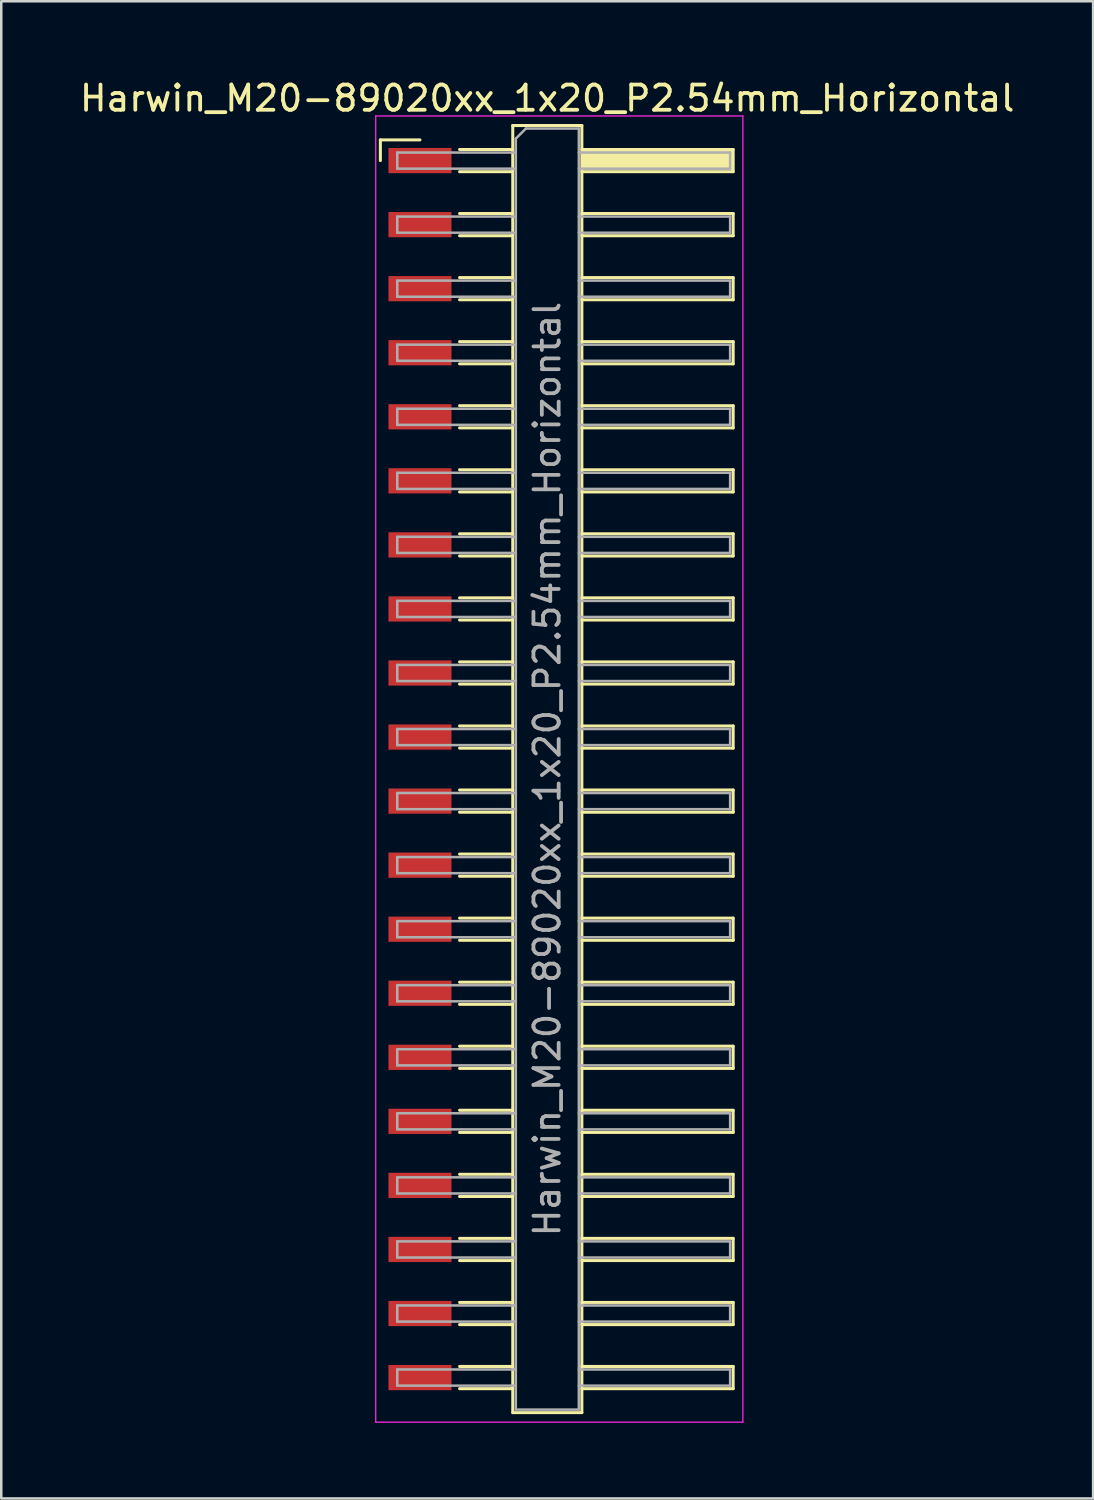
<source format=kicad_pcb>
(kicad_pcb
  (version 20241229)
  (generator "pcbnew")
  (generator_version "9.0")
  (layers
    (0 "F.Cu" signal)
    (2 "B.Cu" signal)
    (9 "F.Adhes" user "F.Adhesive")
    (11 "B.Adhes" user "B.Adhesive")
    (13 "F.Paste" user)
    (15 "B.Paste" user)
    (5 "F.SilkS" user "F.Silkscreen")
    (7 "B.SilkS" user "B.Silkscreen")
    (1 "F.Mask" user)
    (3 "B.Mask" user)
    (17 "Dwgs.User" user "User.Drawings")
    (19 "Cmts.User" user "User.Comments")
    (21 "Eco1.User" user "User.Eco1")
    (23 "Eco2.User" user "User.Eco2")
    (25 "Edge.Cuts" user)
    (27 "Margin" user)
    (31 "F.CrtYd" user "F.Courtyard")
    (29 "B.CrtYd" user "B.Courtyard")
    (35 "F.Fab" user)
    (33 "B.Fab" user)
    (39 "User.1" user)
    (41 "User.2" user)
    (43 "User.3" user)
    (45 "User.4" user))
  (footprint "Harwin_M20-89020xx_1x20_P2.54mm_Horizontal"
    (layer "F.Cu")
    (at 19.129 27.448)
    (property "Reference" "Harwin_M20-89020xx_1x20_P2.54mm_Horizontal" (at -0.48 -26.6 0) (layer "F.SilkS") (effects (font (size 1 1) (thickness 0.15))))
    (attr smd)
    (fp_line (start -7.095 -24.95) (end -5.525 -24.95) (stroke (width 0.12) (type solid)) (layer "F.SilkS"))
    (fp_line (start -7.095 -24.13) (end -7.095 -24.95) (stroke (width 0.12) (type solid)) (layer "F.SilkS"))
    (fp_line (start -3.955 -24.57) (end -1.845 -24.57) (stroke (width 0.12) (type solid)) (layer "F.SilkS"))
    (fp_line (start -3.955 -23.69) (end -1.845 -23.69) (stroke (width 0.12) (type solid)) (layer "F.SilkS"))
    (fp_line (start -3.955 -22.03) (end -1.845 -22.03) (stroke (width 0.12) (type solid)) (layer "F.SilkS"))
    (fp_line (start -3.955 -21.15) (end -1.845 -21.15) (stroke (width 0.12) (type solid)) (layer "F.SilkS"))
    (fp_line (start -3.955 -19.49) (end -1.845 -19.49) (stroke (width 0.12) (type solid)) (layer "F.SilkS"))
    (fp_line (start -3.955 -18.61) (end -1.845 -18.61) (stroke (width 0.12) (type solid)) (layer "F.SilkS"))
    (fp_line (start -3.955 -16.95) (end -1.845 -16.95) (stroke (width 0.12) (type solid)) (layer "F.SilkS"))
    (fp_line (start -3.955 -16.07) (end -1.845 -16.07) (stroke (width 0.12) (type solid)) (layer "F.SilkS"))
    (fp_line (start -3.955 -14.41) (end -1.845 -14.41) (stroke (width 0.12) (type solid)) (layer "F.SilkS"))
    (fp_line (start -3.955 -13.53) (end -1.845 -13.53) (stroke (width 0.12) (type solid)) (layer "F.SilkS"))
    (fp_line (start -3.955 -11.87) (end -1.845 -11.87) (stroke (width 0.12) (type solid)) (layer "F.SilkS"))
    (fp_line (start -3.955 -10.99) (end -1.845 -10.99) (stroke (width 0.12) (type solid)) (layer "F.SilkS"))
    (fp_line (start -3.955 -9.33) (end -1.845 -9.33) (stroke (width 0.12) (type solid)) (layer "F.SilkS"))
    (fp_line (start -3.955 -8.45) (end -1.845 -8.45) (stroke (width 0.12) (type solid)) (layer "F.SilkS"))
    (fp_line (start -3.955 -6.79) (end -1.845 -6.79) (stroke (width 0.12) (type solid)) (layer "F.SilkS"))
    (fp_line (start -3.955 -5.91) (end -1.845 -5.91) (stroke (width 0.12) (type solid)) (layer "F.SilkS"))
    (fp_line (start -3.955 -4.25) (end -1.845 -4.25) (stroke (width 0.12) (type solid)) (layer "F.SilkS"))
    (fp_line (start -3.955 -3.37) (end -1.845 -3.37) (stroke (width 0.12) (type solid)) (layer "F.SilkS"))
    (fp_line (start -3.955 -1.71) (end -1.845 -1.71) (stroke (width 0.12) (type solid)) (layer "F.SilkS"))
    (fp_line (start -3.955 -0.83) (end -1.845 -0.83) (stroke (width 0.12) (type solid)) (layer "F.SilkS"))
    (fp_line (start -3.955 0.83) (end -1.845 0.83) (stroke (width 0.12) (type solid)) (layer "F.SilkS"))
    (fp_line (start -3.955 1.71) (end -1.845 1.71) (stroke (width 0.12) (type solid)) (layer "F.SilkS"))
    (fp_line (start -3.955 3.37) (end -1.845 3.37) (stroke (width 0.12) (type solid)) (layer "F.SilkS"))
    (fp_line (start -3.955 4.25) (end -1.845 4.25) (stroke (width 0.12) (type solid)) (layer "F.SilkS"))
    (fp_line (start -3.955 5.91) (end -1.845 5.91) (stroke (width 0.12) (type solid)) (layer "F.SilkS"))
    (fp_line (start -3.955 6.79) (end -1.845 6.79) (stroke (width 0.12) (type solid)) (layer "F.SilkS"))
    (fp_line (start -3.955 8.45) (end -1.845 8.45) (stroke (width 0.12) (type solid)) (layer "F.SilkS"))
    (fp_line (start -3.955 9.33) (end -1.845 9.33) (stroke (width 0.12) (type solid)) (layer "F.SilkS"))
    (fp_line (start -3.955 10.99) (end -1.845 10.99) (stroke (width 0.12) (type solid)) (layer "F.SilkS"))
    (fp_line (start -3.955 11.87) (end -1.845 11.87) (stroke (width 0.12) (type solid)) (layer "F.SilkS"))
    (fp_line (start -3.955 13.53) (end -1.845 13.53) (stroke (width 0.12) (type solid)) (layer "F.SilkS"))
    (fp_line (start -3.955 14.41) (end -1.845 14.41) (stroke (width 0.12) (type solid)) (layer "F.SilkS"))
    (fp_line (start -3.955 16.07) (end -1.845 16.07) (stroke (width 0.12) (type solid)) (layer "F.SilkS"))
    (fp_line (start -3.955 16.95) (end -1.845 16.95) (stroke (width 0.12) (type solid)) (layer "F.SilkS"))
    (fp_line (start -3.955 18.61) (end -1.845 18.61) (stroke (width 0.12) (type solid)) (layer "F.SilkS"))
    (fp_line (start -3.955 19.49) (end -1.845 19.49) (stroke (width 0.12) (type solid)) (layer "F.SilkS"))
    (fp_line (start -3.955 21.15) (end -1.845 21.15) (stroke (width 0.12) (type solid)) (layer "F.SilkS"))
    (fp_line (start -3.955 22.03) (end -1.845 22.03) (stroke (width 0.12) (type solid)) (layer "F.SilkS"))
    (fp_line (start -3.955 23.69) (end -1.845 23.69) (stroke (width 0.12) (type solid)) (layer "F.SilkS"))
    (fp_line (start -3.955 24.57) (end -1.845 24.57) (stroke (width 0.12) (type solid)) (layer "F.SilkS"))
    (fp_line (start -1.845 -25.52) (end 0.895 -25.52) (stroke (width 0.12) (type solid)) (layer "F.SilkS"))
    (fp_line (start -1.845 25.52) (end -1.845 -25.52) (stroke (width 0.12) (type solid)) (layer "F.SilkS"))
    (fp_line (start 0.895 -25.52) (end 0.895 25.52) (stroke (width 0.12) (type solid)) (layer "F.SilkS"))
    (fp_line (start 0.895 -24.57) (end 6.895 -24.57) (stroke (width 0.12) (type solid)) (layer "F.SilkS"))
    (fp_line (start 0.895 -22.03) (end 6.895 -22.03) (stroke (width 0.12) (type solid)) (layer "F.SilkS"))
    (fp_line (start 0.895 -19.49) (end 6.895 -19.49) (stroke (width 0.12) (type solid)) (layer "F.SilkS"))
    (fp_line (start 0.895 -16.95) (end 6.895 -16.95) (stroke (width 0.12) (type solid)) (layer "F.SilkS"))
    (fp_line (start 0.895 -14.41) (end 6.895 -14.41) (stroke (width 0.12) (type solid)) (layer "F.SilkS"))
    (fp_line (start 0.895 -11.87) (end 6.895 -11.87) (stroke (width 0.12) (type solid)) (layer "F.SilkS"))
    (fp_line (start 0.895 -9.33) (end 6.895 -9.33) (stroke (width 0.12) (type solid)) (layer "F.SilkS"))
    (fp_line (start 0.895 -6.79) (end 6.895 -6.79) (stroke (width 0.12) (type solid)) (layer "F.SilkS"))
    (fp_line (start 0.895 -4.25) (end 6.895 -4.25) (stroke (width 0.12) (type solid)) (layer "F.SilkS"))
    (fp_line (start 0.895 -1.71) (end 6.895 -1.71) (stroke (width 0.12) (type solid)) (layer "F.SilkS"))
    (fp_line (start 0.895 0.83) (end 6.895 0.83) (stroke (width 0.12) (type solid)) (layer "F.SilkS"))
    (fp_line (start 0.895 3.37) (end 6.895 3.37) (stroke (width 0.12) (type solid)) (layer "F.SilkS"))
    (fp_line (start 0.895 5.91) (end 6.895 5.91) (stroke (width 0.12) (type solid)) (layer "F.SilkS"))
    (fp_line (start 0.895 8.45) (end 6.895 8.45) (stroke (width 0.12) (type solid)) (layer "F.SilkS"))
    (fp_line (start 0.895 10.99) (end 6.895 10.99) (stroke (width 0.12) (type solid)) (layer "F.SilkS"))
    (fp_line (start 0.895 13.53) (end 6.895 13.53) (stroke (width 0.12) (type solid)) (layer "F.SilkS"))
    (fp_line (start 0.895 16.07) (end 6.895 16.07) (stroke (width 0.12) (type solid)) (layer "F.SilkS"))
    (fp_line (start 0.895 18.61) (end 6.895 18.61) (stroke (width 0.12) (type solid)) (layer "F.SilkS"))
    (fp_line (start 0.895 21.15) (end 6.895 21.15) (stroke (width 0.12) (type solid)) (layer "F.SilkS"))
    (fp_line (start 0.895 23.69) (end 6.895 23.69) (stroke (width 0.12) (type solid)) (layer "F.SilkS"))
    (fp_line (start 0.895 25.52) (end -1.845 25.52) (stroke (width 0.12) (type solid)) (layer "F.SilkS"))
    (fp_line (start 6.895 -24.57) (end 6.895 -23.69) (stroke (width 0.12) (type solid)) (layer "F.SilkS"))
    (fp_line (start 6.895 -23.69) (end 0.895 -23.69) (stroke (width 0.12) (type solid)) (layer "F.SilkS"))
    (fp_line (start 6.895 -22.03) (end 6.895 -21.15) (stroke (width 0.12) (type solid)) (layer "F.SilkS"))
    (fp_line (start 6.895 -21.15) (end 0.895 -21.15) (stroke (width 0.12) (type solid)) (layer "F.SilkS"))
    (fp_line (start 6.895 -19.49) (end 6.895 -18.61) (stroke (width 0.12) (type solid)) (layer "F.SilkS"))
    (fp_line (start 6.895 -18.61) (end 0.895 -18.61) (stroke (width 0.12) (type solid)) (layer "F.SilkS"))
    (fp_line (start 6.895 -16.95) (end 6.895 -16.07) (stroke (width 0.12) (type solid)) (layer "F.SilkS"))
    (fp_line (start 6.895 -16.07) (end 0.895 -16.07) (stroke (width 0.12) (type solid)) (layer "F.SilkS"))
    (fp_line (start 6.895 -14.41) (end 6.895 -13.53) (stroke (width 0.12) (type solid)) (layer "F.SilkS"))
    (fp_line (start 6.895 -13.53) (end 0.895 -13.53) (stroke (width 0.12) (type solid)) (layer "F.SilkS"))
    (fp_line (start 6.895 -11.87) (end 6.895 -10.99) (stroke (width 0.12) (type solid)) (layer "F.SilkS"))
    (fp_line (start 6.895 -10.99) (end 0.895 -10.99) (stroke (width 0.12) (type solid)) (layer "F.SilkS"))
    (fp_line (start 6.895 -9.33) (end 6.895 -8.45) (stroke (width 0.12) (type solid)) (layer "F.SilkS"))
    (fp_line (start 6.895 -8.45) (end 0.895 -8.45) (stroke (width 0.12) (type solid)) (layer "F.SilkS"))
    (fp_line (start 6.895 -6.79) (end 6.895 -5.91) (stroke (width 0.12) (type solid)) (layer "F.SilkS"))
    (fp_line (start 6.895 -5.91) (end 0.895 -5.91) (stroke (width 0.12) (type solid)) (layer "F.SilkS"))
    (fp_line (start 6.895 -4.25) (end 6.895 -3.37) (stroke (width 0.12) (type solid)) (layer "F.SilkS"))
    (fp_line (start 6.895 -3.37) (end 0.895 -3.37) (stroke (width 0.12) (type solid)) (layer "F.SilkS"))
    (fp_line (start 6.895 -1.71) (end 6.895 -0.83) (stroke (width 0.12) (type solid)) (layer "F.SilkS"))
    (fp_line (start 6.895 -0.83) (end 0.895 -0.83) (stroke (width 0.12) (type solid)) (layer "F.SilkS"))
    (fp_line (start 6.895 0.83) (end 6.895 1.71) (stroke (width 0.12) (type solid)) (layer "F.SilkS"))
    (fp_line (start 6.895 1.71) (end 0.895 1.71) (stroke (width 0.12) (type solid)) (layer "F.SilkS"))
    (fp_line (start 6.895 3.37) (end 6.895 4.25) (stroke (width 0.12) (type solid)) (layer "F.SilkS"))
    (fp_line (start 6.895 4.25) (end 0.895 4.25) (stroke (width 0.12) (type solid)) (layer "F.SilkS"))
    (fp_line (start 6.895 5.91) (end 6.895 6.79) (stroke (width 0.12) (type solid)) (layer "F.SilkS"))
    (fp_line (start 6.895 6.79) (end 0.895 6.79) (stroke (width 0.12) (type solid)) (layer "F.SilkS"))
    (fp_line (start 6.895 8.45) (end 6.895 9.33) (stroke (width 0.12) (type solid)) (layer "F.SilkS"))
    (fp_line (start 6.895 9.33) (end 0.895 9.33) (stroke (width 0.12) (type solid)) (layer "F.SilkS"))
    (fp_line (start 6.895 10.99) (end 6.895 11.87) (stroke (width 0.12) (type solid)) (layer "F.SilkS"))
    (fp_line (start 6.895 11.87) (end 0.895 11.87) (stroke (width 0.12) (type solid)) (layer "F.SilkS"))
    (fp_line (start 6.895 13.53) (end 6.895 14.41) (stroke (width 0.12) (type solid)) (layer "F.SilkS"))
    (fp_line (start 6.895 14.41) (end 0.895 14.41) (stroke (width 0.12) (type solid)) (layer "F.SilkS"))
    (fp_line (start 6.895 16.07) (end 6.895 16.95) (stroke (width 0.12) (type solid)) (layer "F.SilkS"))
    (fp_line (start 6.895 16.95) (end 0.895 16.95) (stroke (width 0.12) (type solid)) (layer "F.SilkS"))
    (fp_line (start 6.895 18.61) (end 6.895 19.49) (stroke (width 0.12) (type solid)) (layer "F.SilkS"))
    (fp_line (start 6.895 19.49) (end 0.895 19.49) (stroke (width 0.12) (type solid)) (layer "F.SilkS"))
    (fp_line (start 6.895 21.15) (end 6.895 22.03) (stroke (width 0.12) (type solid)) (layer "F.SilkS"))
    (fp_line (start 6.895 22.03) (end 0.895 22.03) (stroke (width 0.12) (type solid)) (layer "F.SilkS"))
    (fp_line (start 6.895 23.69) (end 6.895 24.57) (stroke (width 0.12) (type solid)) (layer "F.SilkS"))
    (fp_line (start 6.895 24.57) (end 0.895 24.57) (stroke (width 0.12) (type solid)) (layer "F.SilkS"))
    (fp_line (start -7.28 -25.9) (end 7.28 -25.9) (stroke (width 0.05) (type solid)) (layer "F.CrtYd"))
    (fp_line (start -7.28 25.9) (end -7.28 -25.9) (stroke (width 0.05) (type solid)) (layer "F.CrtYd"))
    (fp_line (start 7.28 -25.9) (end 7.28 25.9) (stroke (width 0.05) (type solid)) (layer "F.CrtYd"))
    (fp_line (start 7.28 25.9) (end -7.28 25.9) (stroke (width 0.05) (type solid)) (layer "F.CrtYd"))
    (fp_line (start -6.425 -24.45) (end -6.425 -23.81) (stroke (width 0.1) (type solid)) (layer "F.Fab"))
    (fp_line (start -6.425 -23.81) (end -1.725 -23.81) (stroke (width 0.1) (type solid)) (layer "F.Fab"))
    (fp_line (start -6.425 -21.91) (end -6.425 -21.27) (stroke (width 0.1) (type solid)) (layer "F.Fab"))
    (fp_line (start -6.425 -21.27) (end -1.725 -21.27) (stroke (width 0.1) (type solid)) (layer "F.Fab"))
    (fp_line (start -6.425 -19.37) (end -6.425 -18.73) (stroke (width 0.1) (type solid)) (layer "F.Fab"))
    (fp_line (start -6.425 -18.73) (end -1.725 -18.73) (stroke (width 0.1) (type solid)) (layer "F.Fab"))
    (fp_line (start -6.425 -16.83) (end -6.425 -16.19) (stroke (width 0.1) (type solid)) (layer "F.Fab"))
    (fp_line (start -6.425 -16.19) (end -1.725 -16.19) (stroke (width 0.1) (type solid)) (layer "F.Fab"))
    (fp_line (start -6.425 -14.29) (end -6.425 -13.65) (stroke (width 0.1) (type solid)) (layer "F.Fab"))
    (fp_line (start -6.425 -13.65) (end -1.725 -13.65) (stroke (width 0.1) (type solid)) (layer "F.Fab"))
    (fp_line (start -6.425 -11.75) (end -6.425 -11.11) (stroke (width 0.1) (type solid)) (layer "F.Fab"))
    (fp_line (start -6.425 -11.11) (end -1.725 -11.11) (stroke (width 0.1) (type solid)) (layer "F.Fab"))
    (fp_line (start -6.425 -9.21) (end -6.425 -8.57) (stroke (width 0.1) (type solid)) (layer "F.Fab"))
    (fp_line (start -6.425 -8.57) (end -1.725 -8.57) (stroke (width 0.1) (type solid)) (layer "F.Fab"))
    (fp_line (start -6.425 -6.67) (end -6.425 -6.03) (stroke (width 0.1) (type solid)) (layer "F.Fab"))
    (fp_line (start -6.425 -6.03) (end -1.725 -6.03) (stroke (width 0.1) (type solid)) (layer "F.Fab"))
    (fp_line (start -6.425 -4.13) (end -6.425 -3.49) (stroke (width 0.1) (type solid)) (layer "F.Fab"))
    (fp_line (start -6.425 -3.49) (end -1.725 -3.49) (stroke (width 0.1) (type solid)) (layer "F.Fab"))
    (fp_line (start -6.425 -1.59) (end -6.425 -0.95) (stroke (width 0.1) (type solid)) (layer "F.Fab"))
    (fp_line (start -6.425 -0.95) (end -1.725 -0.95) (stroke (width 0.1) (type solid)) (layer "F.Fab"))
    (fp_line (start -6.425 0.95) (end -6.425 1.59) (stroke (width 0.1) (type solid)) (layer "F.Fab"))
    (fp_line (start -6.425 1.59) (end -1.725 1.59) (stroke (width 0.1) (type solid)) (layer "F.Fab"))
    (fp_line (start -6.425 3.49) (end -6.425 4.13) (stroke (width 0.1) (type solid)) (layer "F.Fab"))
    (fp_line (start -6.425 4.13) (end -1.725 4.13) (stroke (width 0.1) (type solid)) (layer "F.Fab"))
    (fp_line (start -6.425 6.03) (end -6.425 6.67) (stroke (width 0.1) (type solid)) (layer "F.Fab"))
    (fp_line (start -6.425 6.67) (end -1.725 6.67) (stroke (width 0.1) (type solid)) (layer "F.Fab"))
    (fp_line (start -6.425 8.57) (end -6.425 9.21) (stroke (width 0.1) (type solid)) (layer "F.Fab"))
    (fp_line (start -6.425 9.21) (end -1.725 9.21) (stroke (width 0.1) (type solid)) (layer "F.Fab"))
    (fp_line (start -6.425 11.11) (end -6.425 11.75) (stroke (width 0.1) (type solid)) (layer "F.Fab"))
    (fp_line (start -6.425 11.75) (end -1.725 11.75) (stroke (width 0.1) (type solid)) (layer "F.Fab"))
    (fp_line (start -6.425 13.65) (end -6.425 14.29) (stroke (width 0.1) (type solid)) (layer "F.Fab"))
    (fp_line (start -6.425 14.29) (end -1.725 14.29) (stroke (width 0.1) (type solid)) (layer "F.Fab"))
    (fp_line (start -6.425 16.19) (end -6.425 16.83) (stroke (width 0.1) (type solid)) (layer "F.Fab"))
    (fp_line (start -6.425 16.83) (end -1.725 16.83) (stroke (width 0.1) (type solid)) (layer "F.Fab"))
    (fp_line (start -6.425 18.73) (end -6.425 19.37) (stroke (width 0.1) (type solid)) (layer "F.Fab"))
    (fp_line (start -6.425 19.37) (end -1.725 19.37) (stroke (width 0.1) (type solid)) (layer "F.Fab"))
    (fp_line (start -6.425 21.27) (end -6.425 21.91) (stroke (width 0.1) (type solid)) (layer "F.Fab"))
    (fp_line (start -6.425 21.91) (end -1.725 21.91) (stroke (width 0.1) (type solid)) (layer "F.Fab"))
    (fp_line (start -6.425 23.81) (end -6.425 24.45) (stroke (width 0.1) (type solid)) (layer "F.Fab"))
    (fp_line (start -6.425 24.45) (end -1.725 24.45) (stroke (width 0.1) (type solid)) (layer "F.Fab"))
    (fp_line (start -1.725 -25) (end -1.325 -25.4) (stroke (width 0.1) (type solid)) (layer "F.Fab"))
    (fp_line (start -1.725 -24.45) (end -6.425 -24.45) (stroke (width 0.1) (type solid)) (layer "F.Fab"))
    (fp_line (start -1.725 -21.91) (end -6.425 -21.91) (stroke (width 0.1) (type solid)) (layer "F.Fab"))
    (fp_line (start -1.725 -19.37) (end -6.425 -19.37) (stroke (width 0.1) (type solid)) (layer "F.Fab"))
    (fp_line (start -1.725 -16.83) (end -6.425 -16.83) (stroke (width 0.1) (type solid)) (layer "F.Fab"))
    (fp_line (start -1.725 -14.29) (end -6.425 -14.29) (stroke (width 0.1) (type solid)) (layer "F.Fab"))
    (fp_line (start -1.725 -11.75) (end -6.425 -11.75) (stroke (width 0.1) (type solid)) (layer "F.Fab"))
    (fp_line (start -1.725 -9.21) (end -6.425 -9.21) (stroke (width 0.1) (type solid)) (layer "F.Fab"))
    (fp_line (start -1.725 -6.67) (end -6.425 -6.67) (stroke (width 0.1) (type solid)) (layer "F.Fab"))
    (fp_line (start -1.725 -4.13) (end -6.425 -4.13) (stroke (width 0.1) (type solid)) (layer "F.Fab"))
    (fp_line (start -1.725 -1.59) (end -6.425 -1.59) (stroke (width 0.1) (type solid)) (layer "F.Fab"))
    (fp_line (start -1.725 0.95) (end -6.425 0.95) (stroke (width 0.1) (type solid)) (layer "F.Fab"))
    (fp_line (start -1.725 3.49) (end -6.425 3.49) (stroke (width 0.1) (type solid)) (layer "F.Fab"))
    (fp_line (start -1.725 6.03) (end -6.425 6.03) (stroke (width 0.1) (type solid)) (layer "F.Fab"))
    (fp_line (start -1.725 8.57) (end -6.425 8.57) (stroke (width 0.1) (type solid)) (layer "F.Fab"))
    (fp_line (start -1.725 11.11) (end -6.425 11.11) (stroke (width 0.1) (type solid)) (layer "F.Fab"))
    (fp_line (start -1.725 13.65) (end -6.425 13.65) (stroke (width 0.1) (type solid)) (layer "F.Fab"))
    (fp_line (start -1.725 16.19) (end -6.425 16.19) (stroke (width 0.1) (type solid)) (layer "F.Fab"))
    (fp_line (start -1.725 18.73) (end -6.425 18.73) (stroke (width 0.1) (type solid)) (layer "F.Fab"))
    (fp_line (start -1.725 21.27) (end -6.425 21.27) (stroke (width 0.1) (type solid)) (layer "F.Fab"))
    (fp_line (start -1.725 23.81) (end -6.425 23.81) (stroke (width 0.1) (type solid)) (layer "F.Fab"))
    (fp_line (start -1.725 25.4) (end -1.725 -25) (stroke (width 0.1) (type solid)) (layer "F.Fab"))
    (fp_line (start -1.325 -25.4) (end 0.775 -25.4) (stroke (width 0.1) (type solid)) (layer "F.Fab"))
    (fp_line (start 0.775 -25.4) (end 0.775 25.4) (stroke (width 0.1) (type solid)) (layer "F.Fab"))
    (fp_line (start 0.775 -24.45) (end 6.775 -24.45) (stroke (width 0.1) (type solid)) (layer "F.Fab"))
    (fp_line (start 0.775 -21.91) (end 6.775 -21.91) (stroke (width 0.1) (type solid)) (layer "F.Fab"))
    (fp_line (start 0.775 -19.37) (end 6.775 -19.37) (stroke (width 0.1) (type solid)) (layer "F.Fab"))
    (fp_line (start 0.775 -16.83) (end 6.775 -16.83) (stroke (width 0.1) (type solid)) (layer "F.Fab"))
    (fp_line (start 0.775 -14.29) (end 6.775 -14.29) (stroke (width 0.1) (type solid)) (layer "F.Fab"))
    (fp_line (start 0.775 -11.75) (end 6.775 -11.75) (stroke (width 0.1) (type solid)) (layer "F.Fab"))
    (fp_line (start 0.775 -9.21) (end 6.775 -9.21) (stroke (width 0.1) (type solid)) (layer "F.Fab"))
    (fp_line (start 0.775 -6.67) (end 6.775 -6.67) (stroke (width 0.1) (type solid)) (layer "F.Fab"))
    (fp_line (start 0.775 -4.13) (end 6.775 -4.13) (stroke (width 0.1) (type solid)) (layer "F.Fab"))
    (fp_line (start 0.775 -1.59) (end 6.775 -1.59) (stroke (width 0.1) (type solid)) (layer "F.Fab"))
    (fp_line (start 0.775 0.95) (end 6.775 0.95) (stroke (width 0.1) (type solid)) (layer "F.Fab"))
    (fp_line (start 0.775 3.49) (end 6.775 3.49) (stroke (width 0.1) (type solid)) (layer "F.Fab"))
    (fp_line (start 0.775 6.03) (end 6.775 6.03) (stroke (width 0.1) (type solid)) (layer "F.Fab"))
    (fp_line (start 0.775 8.57) (end 6.775 8.57) (stroke (width 0.1) (type solid)) (layer "F.Fab"))
    (fp_line (start 0.775 11.11) (end 6.775 11.11) (stroke (width 0.1) (type solid)) (layer "F.Fab"))
    (fp_line (start 0.775 13.65) (end 6.775 13.65) (stroke (width 0.1) (type solid)) (layer "F.Fab"))
    (fp_line (start 0.775 16.19) (end 6.775 16.19) (stroke (width 0.1) (type solid)) (layer "F.Fab"))
    (fp_line (start 0.775 18.73) (end 6.775 18.73) (stroke (width 0.1) (type solid)) (layer "F.Fab"))
    (fp_line (start 0.775 21.27) (end 6.775 21.27) (stroke (width 0.1) (type solid)) (layer "F.Fab"))
    (fp_line (start 0.775 23.81) (end 6.775 23.81) (stroke (width 0.1) (type solid)) (layer "F.Fab"))
    (fp_line (start 0.775 25.4) (end -1.725 25.4) (stroke (width 0.1) (type solid)) (layer "F.Fab"))
    (fp_line (start 6.775 -24.45) (end 6.775 -23.81) (stroke (width 0.1) (type solid)) (layer "F.Fab"))
    (fp_line (start 6.775 -23.81) (end 0.775 -23.81) (stroke (width 0.1) (type solid)) (layer "F.Fab"))
    (fp_line (start 6.775 -21.91) (end 6.775 -21.27) (stroke (width 0.1) (type solid)) (layer "F.Fab"))
    (fp_line (start 6.775 -21.27) (end 0.775 -21.27) (stroke (width 0.1) (type solid)) (layer "F.Fab"))
    (fp_line (start 6.775 -19.37) (end 6.775 -18.73) (stroke (width 0.1) (type solid)) (layer "F.Fab"))
    (fp_line (start 6.775 -18.73) (end 0.775 -18.73) (stroke (width 0.1) (type solid)) (layer "F.Fab"))
    (fp_line (start 6.775 -16.83) (end 6.775 -16.19) (stroke (width 0.1) (type solid)) (layer "F.Fab"))
    (fp_line (start 6.775 -16.19) (end 0.775 -16.19) (stroke (width 0.1) (type solid)) (layer "F.Fab"))
    (fp_line (start 6.775 -14.29) (end 6.775 -13.65) (stroke (width 0.1) (type solid)) (layer "F.Fab"))
    (fp_line (start 6.775 -13.65) (end 0.775 -13.65) (stroke (width 0.1) (type solid)) (layer "F.Fab"))
    (fp_line (start 6.775 -11.75) (end 6.775 -11.11) (stroke (width 0.1) (type solid)) (layer "F.Fab"))
    (fp_line (start 6.775 -11.11) (end 0.775 -11.11) (stroke (width 0.1) (type solid)) (layer "F.Fab"))
    (fp_line (start 6.775 -9.21) (end 6.775 -8.57) (stroke (width 0.1) (type solid)) (layer "F.Fab"))
    (fp_line (start 6.775 -8.57) (end 0.775 -8.57) (stroke (width 0.1) (type solid)) (layer "F.Fab"))
    (fp_line (start 6.775 -6.67) (end 6.775 -6.03) (stroke (width 0.1) (type solid)) (layer "F.Fab"))
    (fp_line (start 6.775 -6.03) (end 0.775 -6.03) (stroke (width 0.1) (type solid)) (layer "F.Fab"))
    (fp_line (start 6.775 -4.13) (end 6.775 -3.49) (stroke (width 0.1) (type solid)) (layer "F.Fab"))
    (fp_line (start 6.775 -3.49) (end 0.775 -3.49) (stroke (width 0.1) (type solid)) (layer "F.Fab"))
    (fp_line (start 6.775 -1.59) (end 6.775 -0.95) (stroke (width 0.1) (type solid)) (layer "F.Fab"))
    (fp_line (start 6.775 -0.95) (end 0.775 -0.95) (stroke (width 0.1) (type solid)) (layer "F.Fab"))
    (fp_line (start 6.775 0.95) (end 6.775 1.59) (stroke (width 0.1) (type solid)) (layer "F.Fab"))
    (fp_line (start 6.775 1.59) (end 0.775 1.59) (stroke (width 0.1) (type solid)) (layer "F.Fab"))
    (fp_line (start 6.775 3.49) (end 6.775 4.13) (stroke (width 0.1) (type solid)) (layer "F.Fab"))
    (fp_line (start 6.775 4.13) (end 0.775 4.13) (stroke (width 0.1) (type solid)) (layer "F.Fab"))
    (fp_line (start 6.775 6.03) (end 6.775 6.67) (stroke (width 0.1) (type solid)) (layer "F.Fab"))
    (fp_line (start 6.775 6.67) (end 0.775 6.67) (stroke (width 0.1) (type solid)) (layer "F.Fab"))
    (fp_line (start 6.775 8.57) (end 6.775 9.21) (stroke (width 0.1) (type solid)) (layer "F.Fab"))
    (fp_line (start 6.775 9.21) (end 0.775 9.21) (stroke (width 0.1) (type solid)) (layer "F.Fab"))
    (fp_line (start 6.775 11.11) (end 6.775 11.75) (stroke (width 0.1) (type solid)) (layer "F.Fab"))
    (fp_line (start 6.775 11.75) (end 0.775 11.75) (stroke (width 0.1) (type solid)) (layer "F.Fab"))
    (fp_line (start 6.775 13.65) (end 6.775 14.29) (stroke (width 0.1) (type solid)) (layer "F.Fab"))
    (fp_line (start 6.775 14.29) (end 0.775 14.29) (stroke (width 0.1) (type solid)) (layer "F.Fab"))
    (fp_line (start 6.775 16.19) (end 6.775 16.83) (stroke (width 0.1) (type solid)) (layer "F.Fab"))
    (fp_line (start 6.775 16.83) (end 0.775 16.83) (stroke (width 0.1) (type solid)) (layer "F.Fab"))
    (fp_line (start 6.775 18.73) (end 6.775 19.37) (stroke (width 0.1) (type solid)) (layer "F.Fab"))
    (fp_line (start 6.775 19.37) (end 0.775 19.37) (stroke (width 0.1) (type solid)) (layer "F.Fab"))
    (fp_line (start 6.775 21.27) (end 6.775 21.91) (stroke (width 0.1) (type solid)) (layer "F.Fab"))
    (fp_line (start 6.775 21.91) (end 0.775 21.91) (stroke (width 0.1) (type solid)) (layer "F.Fab"))
    (fp_line (start 6.775 23.81) (end 6.775 24.45) (stroke (width 0.1) (type solid)) (layer "F.Fab"))
    (fp_line (start 6.775 24.45) (end 0.775 24.45) (stroke (width 0.1) (type solid)) (layer "F.Fab"))
    (fp_text user "${REFERENCE}" (at -0.48 0 90) (layer "F.Fab") (effects (font (size 1 1) (thickness 0.15))))
    (pad "" smd rect (at 3.895 -24.13) (size 6 0.76) (layers "F.SilkS"))
    (pad "1" smd rect (at -5.525 -24.13) (size 2.5 1) (layers "F.Cu" "F.Mask" "F.Paste"))
    (pad "2" smd rect (at -5.525 -21.59) (size 2.5 1) (layers "F.Cu" "F.Mask" "F.Paste"))
    (pad "3" smd rect (at -5.525 -19.05) (size 2.5 1) (layers "F.Cu" "F.Mask" "F.Paste"))
    (pad "4" smd rect (at -5.525 -16.51) (size 2.5 1) (layers "F.Cu" "F.Mask" "F.Paste"))
    (pad "5" smd rect (at -5.525 -13.97) (size 2.5 1) (layers "F.Cu" "F.Mask" "F.Paste"))
    (pad "6" smd rect (at -5.525 -11.43) (size 2.5 1) (layers "F.Cu" "F.Mask" "F.Paste"))
    (pad "7" smd rect (at -5.525 -8.89) (size 2.5 1) (layers "F.Cu" "F.Mask" "F.Paste"))
    (pad "8" smd rect (at -5.525 -6.35) (size 2.5 1) (layers "F.Cu" "F.Mask" "F.Paste"))
    (pad "9" smd rect (at -5.525 -3.81) (size 2.5 1) (layers "F.Cu" "F.Mask" "F.Paste"))
    (pad "10" smd rect (at -5.525 -1.27) (size 2.5 1) (layers "F.Cu" "F.Mask" "F.Paste"))
    (pad "11" smd rect (at -5.525 1.27) (size 2.5 1) (layers "F.Cu" "F.Mask" "F.Paste"))
    (pad "12" smd rect (at -5.525 3.81) (size 2.5 1) (layers "F.Cu" "F.Mask" "F.Paste"))
    (pad "13" smd rect (at -5.525 6.35) (size 2.5 1) (layers "F.Cu" "F.Mask" "F.Paste"))
    (pad "14" smd rect (at -5.525 8.89) (size 2.5 1) (layers "F.Cu" "F.Mask" "F.Paste"))
    (pad "15" smd rect (at -5.525 11.43) (size 2.5 1) (layers "F.Cu" "F.Mask" "F.Paste"))
    (pad "16" smd rect (at -5.525 13.97) (size 2.5 1) (layers "F.Cu" "F.Mask" "F.Paste"))
    (pad "17" smd rect (at -5.525 16.51) (size 2.5 1) (layers "F.Cu" "F.Mask" "F.Paste"))
    (pad "18" smd rect (at -5.525 19.05) (size 2.5 1) (layers "F.Cu" "F.Mask" "F.Paste"))
    (pad "19" smd rect (at -5.525 21.59) (size 2.5 1) (layers "F.Cu" "F.Mask" "F.Paste"))
    (pad "20" smd rect (at -5.525 24.13) (size 2.5 1) (layers "F.Cu" "F.Mask" "F.Paste")))
  (gr_rect
    (start -3 -3)
    (end 40.298 56.373)
    (stroke (width 0.1) (type default))
    (fill no)
    (layer "Edge.Cuts")))
</source>
